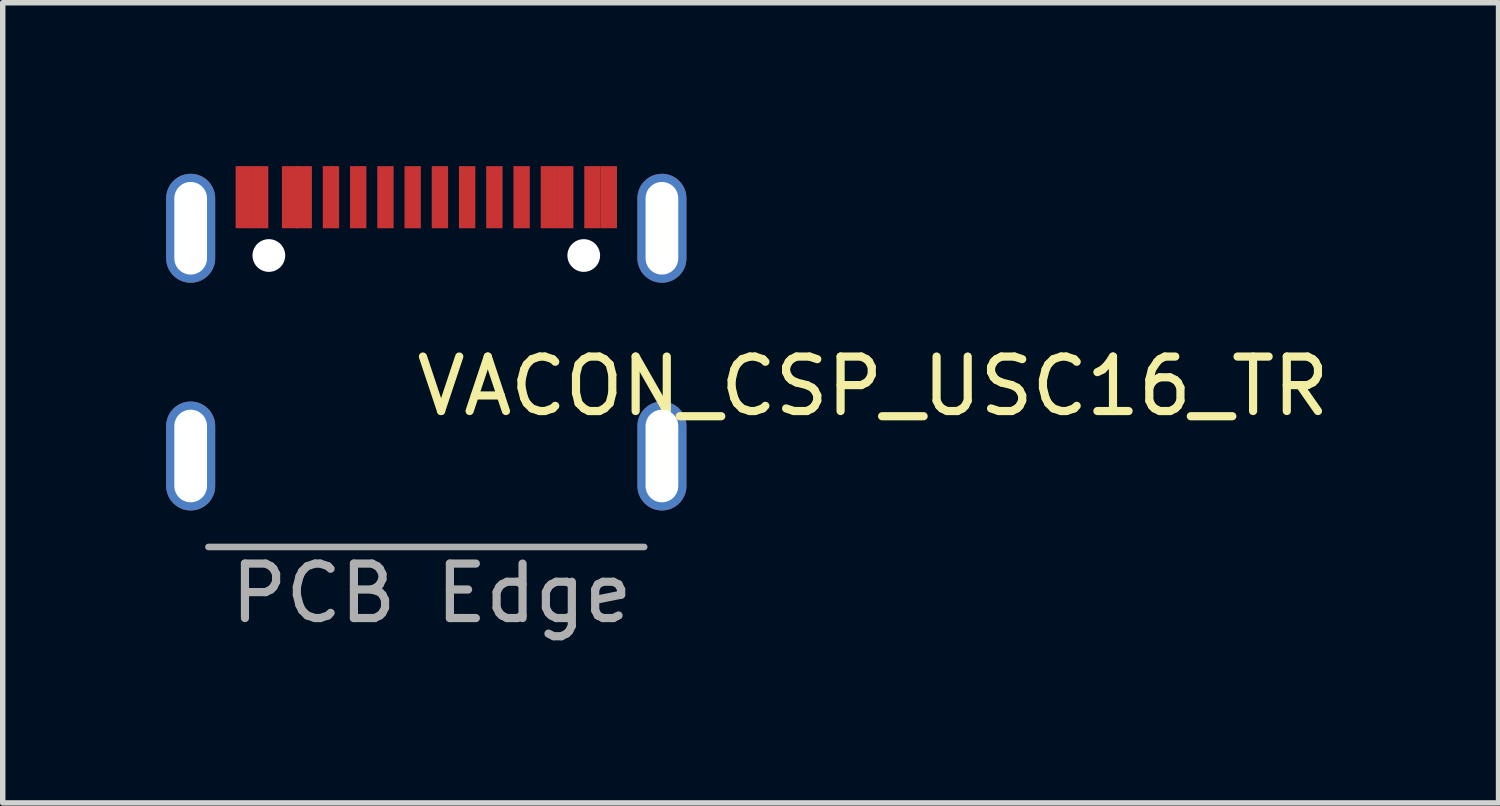
<source format=kicad_pcb>
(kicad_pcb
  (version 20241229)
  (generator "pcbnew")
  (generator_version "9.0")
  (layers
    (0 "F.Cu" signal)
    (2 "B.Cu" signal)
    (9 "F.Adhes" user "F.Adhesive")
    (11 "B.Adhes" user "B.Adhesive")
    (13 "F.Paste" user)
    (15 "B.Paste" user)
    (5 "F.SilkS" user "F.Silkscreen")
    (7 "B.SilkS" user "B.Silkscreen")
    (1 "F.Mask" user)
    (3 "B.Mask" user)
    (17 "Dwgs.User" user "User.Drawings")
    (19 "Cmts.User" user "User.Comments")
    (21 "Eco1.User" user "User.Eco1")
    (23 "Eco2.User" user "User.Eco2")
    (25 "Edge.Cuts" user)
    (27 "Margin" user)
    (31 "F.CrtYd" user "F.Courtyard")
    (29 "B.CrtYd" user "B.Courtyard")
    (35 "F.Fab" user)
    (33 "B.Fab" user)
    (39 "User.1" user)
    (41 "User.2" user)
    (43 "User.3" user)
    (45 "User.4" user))
  (footprint "VACON_CSP_USC16_TR"
    (layer "F.Cu")
    (at 4.775 1.14)
    (property "Reference" "VACON_CSP_USC16_TR" (at 8.2 2.9 0) (layer "F.SilkS") (effects (font (size 1 1) (thickness 0.15))))
    (attr through_hole)
    (fp_line (start -4 5.85) (end 4 5.85) (stroke (width 0.12) (type solid)) (layer "F.Fab"))
    (fp_text user "PCB Edge" (at 0.1 6.7 0) (layer "F.Fab") (effects (font (size 1 1) (thickness 0.15))))
    (pad "" np_thru_hole circle (at -2.89 0.5) (size 0.6 0.6) (drill 0.6) (layers "*.Cu" "*.Mask"))
    (pad "" np_thru_hole circle (at 2.89 0.5) (size 0.6 0.6) (drill 0.6) (layers "*.Cu" "*.Mask"))
    (pad "1" thru_hole oval (at -4.325 0) (size 0.9 2) (drill oval 0.6 1.7) (layers "*.Cu" "*.Mask"))
    (pad "1" thru_hole oval (at -4.325 4.18) (size 0.9 2) (drill oval 0.6 1.7) (layers "*.Cu" "*.Mask"))
    (pad "1" thru_hole oval (at 4.325 0) (size 0.9 2) (drill oval 0.6 1.7) (layers "*.Cu" "*.Mask"))
    (pad "1" thru_hole oval (at 4.325 4.18) (size 0.9 2) (drill oval 0.6 1.7) (layers "*.Cu" "*.Mask"))
    (pad "A1" smd rect (at -3.35 -0.57) (size 0.3 1.14) (layers "F.Cu" "F.Mask" "F.Paste"))
    (pad "A4" smd rect (at -2.25 -0.57) (size 0.3 1.14) (layers "F.Cu" "F.Mask" "F.Paste"))
    (pad "A5" smd rect (at -1.25 -0.57) (size 0.3 1.14) (layers "F.Cu" "F.Mask" "F.Paste"))
    (pad "A6" smd rect (at -0.25 -0.57) (size 0.3 1.14) (layers "F.Cu" "F.Mask" "F.Paste"))
    (pad "A7" smd rect (at 0.25 -0.57) (size 0.3 1.14) (layers "F.Cu" "F.Mask" "F.Paste"))
    (pad "A8" smd rect (at 1.25 -0.57) (size 0.3 1.14) (layers "F.Cu" "F.Mask" "F.Paste"))
    (pad "A9" smd rect (at 2.55 -0.57) (size 0.3 1.14) (layers "F.Cu" "F.Mask" "F.Paste"))
    (pad "A12" smd rect (at 3.35 -0.57) (size 0.3 1.14) (layers "F.Cu" "F.Mask" "F.Paste"))
    (pad "B1" smd rect (at 3.05 -0.57) (size 0.3 1.14) (layers "F.Cu" "F.Mask" "F.Paste"))
    (pad "B4" smd rect (at 2.25 -0.57) (size 0.3 1.14) (layers "F.Cu" "F.Mask" "F.Paste"))
    (pad "B5" smd rect (at 1.75 -0.57) (size 0.3 1.14) (layers "F.Cu" "F.Mask" "F.Paste"))
    (pad "B6" smd rect (at 0.75 -0.57) (size 0.3 1.14) (layers "F.Cu" "F.Mask" "F.Paste"))
    (pad "B7" smd rect (at -0.75 -0.57) (size 0.3 1.14) (layers "F.Cu" "F.Mask" "F.Paste"))
    (pad "B8" smd rect (at -1.75 -0.57) (size 0.3 1.14) (layers "F.Cu" "F.Mask" "F.Paste"))
    (pad "B9" smd rect (at -2.5 -0.57) (size 0.3 1.14) (layers "F.Cu" "F.Mask" "F.Paste"))
    (pad "B12" smd rect (at -3.05 -0.57) (size 0.3 1.14) (layers "F.Cu" "F.Mask" "F.Paste")))
  (gr_rect
    (start -3 -3)
    (end 24.457 11.688)
    (stroke (width 0.1) (type default))
    (fill no)
    (layer "Edge.Cuts")))
</source>
